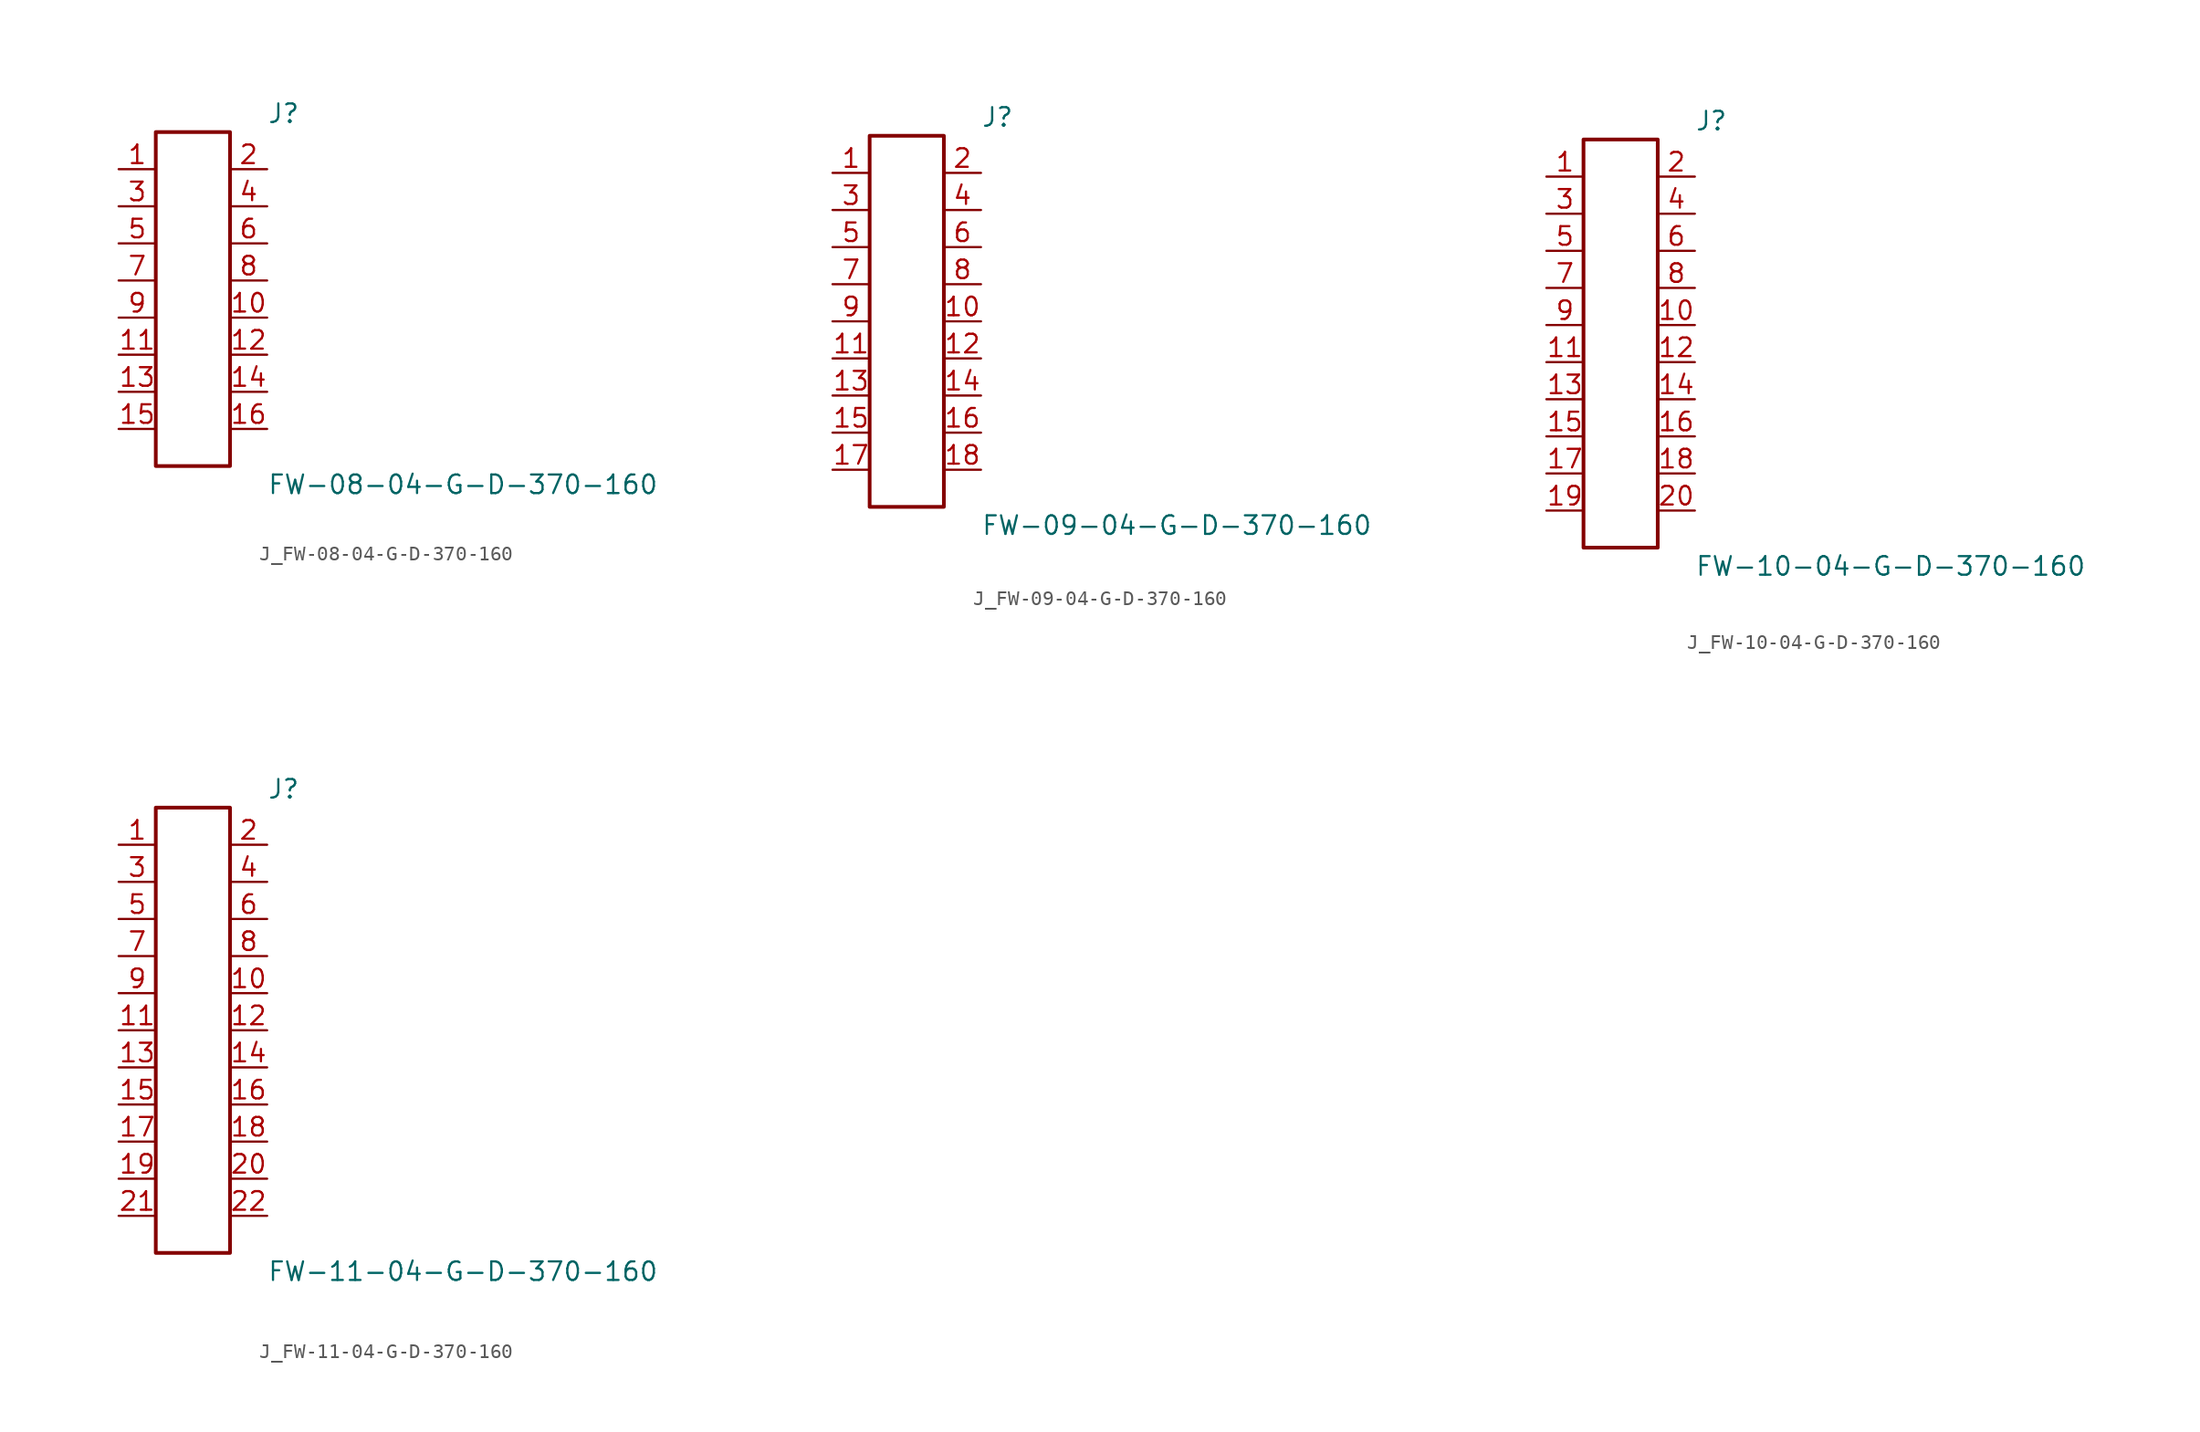
<source format=kicad_sym>
(kicad_symbol_lib
  (version 20231120)
  (generator kicad_symbol_editor)
  (generator_version 8.0)
  (symbol "J_FW-08-04-G-D-370-160"
    (pin_names
      (offset 0.254))
    (property "Reference" "J"
      (at 5.08 12.7 0)
      (effects (font (size 1.27 1.27)) (justify left)))
    (property "Value" "FW-08-04-G-D-370-160"
      (at 5.08 -12.7 0)
      (effects (font (size 1.27 1.27)) (justify left)))
    (symbol "J_FW-08-04-G-D-370-160_0_0"
      (pin unspecified line (at -5.08 8.89 0) (length 2.54) (name "" (effects (font (size 1.27 1.27)))) (number "1" (effects (font (size 1.27 1.27)))))
      (pin unspecified line (at 5.08 8.89 180) (length 2.54) (name "" (effects (font (size 1.27 1.27)))) (number "2" (effects (font (size 1.27 1.27)))))
      (pin unspecified line (at -5.08 6.35 0) (length 2.54) (name "" (effects (font (size 1.27 1.27)))) (number "3" (effects (font (size 1.27 1.27)))))
      (pin unspecified line (at 5.08 6.35 180) (length 2.54) (name "" (effects (font (size 1.27 1.27)))) (number "4" (effects (font (size 1.27 1.27)))))
      (pin unspecified line (at -5.08 3.81 0) (length 2.54) (name "" (effects (font (size 1.27 1.27)))) (number "5" (effects (font (size 1.27 1.27)))))
      (pin unspecified line (at 5.08 3.81 180) (length 2.54) (name "" (effects (font (size 1.27 1.27)))) (number "6" (effects (font (size 1.27 1.27)))))
      (pin unspecified line (at -5.08 1.27 0) (length 2.54) (name "" (effects (font (size 1.27 1.27)))) (number "7" (effects (font (size 1.27 1.27)))))
      (pin unspecified line (at 5.08 1.27 180) (length 2.54) (name "" (effects (font (size 1.27 1.27)))) (number "8" (effects (font (size 1.27 1.27)))))
      (pin unspecified line (at -5.08 -1.27 0) (length 2.54) (name "" (effects (font (size 1.27 1.27)))) (number "9" (effects (font (size 1.27 1.27)))))
      (pin unspecified line (at 5.08 -1.27 180) (length 2.54) (name "" (effects (font (size 1.27 1.27)))) (number "10" (effects (font (size 1.27 1.27)))))
      (pin unspecified line (at -5.08 -3.81 0) (length 2.54) (name "" (effects (font (size 1.27 1.27)))) (number "11" (effects (font (size 1.27 1.27)))))
      (pin unspecified line (at 5.08 -3.81 180) (length 2.54) (name "" (effects (font (size 1.27 1.27)))) (number "12" (effects (font (size 1.27 1.27)))))
      (pin unspecified line (at -5.08 -6.35 0) (length 2.54) (name "" (effects (font (size 1.27 1.27)))) (number "13" (effects (font (size 1.27 1.27)))))
      (pin unspecified line (at 5.08 -6.35 180) (length 2.54) (name "" (effects (font (size 1.27 1.27)))) (number "14" (effects (font (size 1.27 1.27)))))
      (pin unspecified line (at -5.08 -8.89 0) (length 2.54) (name "" (effects (font (size 1.27 1.27)))) (number "15" (effects (font (size 1.27 1.27)))))
      (pin unspecified line (at 5.08 -8.89 180) (length 2.54) (name "" (effects (font (size 1.27 1.27)))) (number "16" (effects (font (size 1.27 1.27))))))
    (symbol "J_FW-08-04-G-D-370-160_1_0"
      (rectangle (start -2.54 11.43) (end 2.54 -11.43) (stroke (width 0.254) (type solid)) (fill (type none)))))
  (symbol "J_FW-09-04-G-D-370-160"
    (pin_names
      (offset 0.254))
    (property "Reference" "J"
      (at 5.08 13.97 0)
      (effects (font (size 1.27 1.27)) (justify left)))
    (property "Value" "FW-09-04-G-D-370-160"
      (at 5.08 -13.97 0)
      (effects (font (size 1.27 1.27)) (justify left)))
    (symbol "J_FW-09-04-G-D-370-160_0_0"
      (pin unspecified line (at -5.08 10.16 0) (length 2.54) (name "" (effects (font (size 1.27 1.27)))) (number "1" (effects (font (size 1.27 1.27)))))
      (pin unspecified line (at 5.08 10.16 180) (length 2.54) (name "" (effects (font (size 1.27 1.27)))) (number "2" (effects (font (size 1.27 1.27)))))
      (pin unspecified line (at -5.08 7.62 0) (length 2.54) (name "" (effects (font (size 1.27 1.27)))) (number "3" (effects (font (size 1.27 1.27)))))
      (pin unspecified line (at 5.08 7.62 180) (length 2.54) (name "" (effects (font (size 1.27 1.27)))) (number "4" (effects (font (size 1.27 1.27)))))
      (pin unspecified line (at -5.08 5.08 0) (length 2.54) (name "" (effects (font (size 1.27 1.27)))) (number "5" (effects (font (size 1.27 1.27)))))
      (pin unspecified line (at 5.08 5.08 180) (length 2.54) (name "" (effects (font (size 1.27 1.27)))) (number "6" (effects (font (size 1.27 1.27)))))
      (pin unspecified line (at -5.08 2.54 0) (length 2.54) (name "" (effects (font (size 1.27 1.27)))) (number "7" (effects (font (size 1.27 1.27)))))
      (pin unspecified line (at 5.08 2.54 180) (length 2.54) (name "" (effects (font (size 1.27 1.27)))) (number "8" (effects (font (size 1.27 1.27)))))
      (pin unspecified line (at -5.08 0.0 0) (length 2.54) (name "" (effects (font (size 1.27 1.27)))) (number "9" (effects (font (size 1.27 1.27)))))
      (pin unspecified line (at 5.08 0.0 180) (length 2.54) (name "" (effects (font (size 1.27 1.27)))) (number "10" (effects (font (size 1.27 1.27)))))
      (pin unspecified line (at -5.08 -2.54 0) (length 2.54) (name "" (effects (font (size 1.27 1.27)))) (number "11" (effects (font (size 1.27 1.27)))))
      (pin unspecified line (at 5.08 -2.54 180) (length 2.54) (name "" (effects (font (size 1.27 1.27)))) (number "12" (effects (font (size 1.27 1.27)))))
      (pin unspecified line (at -5.08 -5.08 0) (length 2.54) (name "" (effects (font (size 1.27 1.27)))) (number "13" (effects (font (size 1.27 1.27)))))
      (pin unspecified line (at 5.08 -5.08 180) (length 2.54) (name "" (effects (font (size 1.27 1.27)))) (number "14" (effects (font (size 1.27 1.27)))))
      (pin unspecified line (at -5.08 -7.62 0) (length 2.54) (name "" (effects (font (size 1.27 1.27)))) (number "15" (effects (font (size 1.27 1.27)))))
      (pin unspecified line (at 5.08 -7.62 180) (length 2.54) (name "" (effects (font (size 1.27 1.27)))) (number "16" (effects (font (size 1.27 1.27)))))
      (pin unspecified line (at -5.08 -10.16 0) (length 2.54) (name "" (effects (font (size 1.27 1.27)))) (number "17" (effects (font (size 1.27 1.27)))))
      (pin unspecified line (at 5.08 -10.16 180) (length 2.54) (name "" (effects (font (size 1.27 1.27)))) (number "18" (effects (font (size 1.27 1.27))))))
    (symbol "J_FW-09-04-G-D-370-160_1_0"
      (rectangle (start -2.54 12.7) (end 2.54 -12.7) (stroke (width 0.254) (type solid)) (fill (type none)))))
  (symbol "J_FW-10-04-G-D-370-160"
    (pin_names
      (offset 0.254))
    (property "Reference" "J"
      (at 5.08 15.24 0)
      (effects (font (size 1.27 1.27)) (justify left)))
    (property "Value" "FW-10-04-G-D-370-160"
      (at 5.08 -15.24 0)
      (effects (font (size 1.27 1.27)) (justify left)))
    (symbol "J_FW-10-04-G-D-370-160_0_0"
      (pin unspecified line (at -5.08 11.43 0) (length 2.54) (name "" (effects (font (size 1.27 1.27)))) (number "1" (effects (font (size 1.27 1.27)))))
      (pin unspecified line (at 5.08 11.43 180) (length 2.54) (name "" (effects (font (size 1.27 1.27)))) (number "2" (effects (font (size 1.27 1.27)))))
      (pin unspecified line (at -5.08 8.89 0) (length 2.54) (name "" (effects (font (size 1.27 1.27)))) (number "3" (effects (font (size 1.27 1.27)))))
      (pin unspecified line (at 5.08 8.89 180) (length 2.54) (name "" (effects (font (size 1.27 1.27)))) (number "4" (effects (font (size 1.27 1.27)))))
      (pin unspecified line (at -5.08 6.35 0) (length 2.54) (name "" (effects (font (size 1.27 1.27)))) (number "5" (effects (font (size 1.27 1.27)))))
      (pin unspecified line (at 5.08 6.35 180) (length 2.54) (name "" (effects (font (size 1.27 1.27)))) (number "6" (effects (font (size 1.27 1.27)))))
      (pin unspecified line (at -5.08 3.81 0) (length 2.54) (name "" (effects (font (size 1.27 1.27)))) (number "7" (effects (font (size 1.27 1.27)))))
      (pin unspecified line (at 5.08 3.81 180) (length 2.54) (name "" (effects (font (size 1.27 1.27)))) (number "8" (effects (font (size 1.27 1.27)))))
      (pin unspecified line (at -5.08 1.27 0) (length 2.54) (name "" (effects (font (size 1.27 1.27)))) (number "9" (effects (font (size 1.27 1.27)))))
      (pin unspecified line (at 5.08 1.27 180) (length 2.54) (name "" (effects (font (size 1.27 1.27)))) (number "10" (effects (font (size 1.27 1.27)))))
      (pin unspecified line (at -5.08 -1.27 0) (length 2.54) (name "" (effects (font (size 1.27 1.27)))) (number "11" (effects (font (size 1.27 1.27)))))
      (pin unspecified line (at 5.08 -1.27 180) (length 2.54) (name "" (effects (font (size 1.27 1.27)))) (number "12" (effects (font (size 1.27 1.27)))))
      (pin unspecified line (at -5.08 -3.81 0) (length 2.54) (name "" (effects (font (size 1.27 1.27)))) (number "13" (effects (font (size 1.27 1.27)))))
      (pin unspecified line (at 5.08 -3.81 180) (length 2.54) (name "" (effects (font (size 1.27 1.27)))) (number "14" (effects (font (size 1.27 1.27)))))
      (pin unspecified line (at -5.08 -6.35 0) (length 2.54) (name "" (effects (font (size 1.27 1.27)))) (number "15" (effects (font (size 1.27 1.27)))))
      (pin unspecified line (at 5.08 -6.35 180) (length 2.54) (name "" (effects (font (size 1.27 1.27)))) (number "16" (effects (font (size 1.27 1.27)))))
      (pin unspecified line (at -5.08 -8.89 0) (length 2.54) (name "" (effects (font (size 1.27 1.27)))) (number "17" (effects (font (size 1.27 1.27)))))
      (pin unspecified line (at 5.08 -8.89 180) (length 2.54) (name "" (effects (font (size 1.27 1.27)))) (number "18" (effects (font (size 1.27 1.27)))))
      (pin unspecified line (at -5.08 -11.43 0) (length 2.54) (name "" (effects (font (size 1.27 1.27)))) (number "19" (effects (font (size 1.27 1.27)))))
      (pin unspecified line (at 5.08 -11.43 180) (length 2.54) (name "" (effects (font (size 1.27 1.27)))) (number "20" (effects (font (size 1.27 1.27))))))
    (symbol "J_FW-10-04-G-D-370-160_1_0"
      (rectangle (start -2.54 13.97) (end 2.54 -13.97) (stroke (width 0.254) (type solid)) (fill (type none)))))
  (symbol "J_FW-11-04-G-D-370-160"
    (pin_names
      (offset 0.254))
    (property "Reference" "J"
      (at 5.08 16.51 0)
      (effects (font (size 1.27 1.27)) (justify left)))
    (property "Value" "FW-11-04-G-D-370-160"
      (at 5.08 -16.51 0)
      (effects (font (size 1.27 1.27)) (justify left)))
    (symbol "J_FW-11-04-G-D-370-160_0_0"
      (pin unspecified line (at -5.08 12.7 0) (length 2.54) (name "" (effects (font (size 1.27 1.27)))) (number "1" (effects (font (size 1.27 1.27)))))
      (pin unspecified line (at 5.08 12.7 180) (length 2.54) (name "" (effects (font (size 1.27 1.27)))) (number "2" (effects (font (size 1.27 1.27)))))
      (pin unspecified line (at -5.08 10.16 0) (length 2.54) (name "" (effects (font (size 1.27 1.27)))) (number "3" (effects (font (size 1.27 1.27)))))
      (pin unspecified line (at 5.08 10.16 180) (length 2.54) (name "" (effects (font (size 1.27 1.27)))) (number "4" (effects (font (size 1.27 1.27)))))
      (pin unspecified line (at -5.08 7.62 0) (length 2.54) (name "" (effects (font (size 1.27 1.27)))) (number "5" (effects (font (size 1.27 1.27)))))
      (pin unspecified line (at 5.08 7.62 180) (length 2.54) (name "" (effects (font (size 1.27 1.27)))) (number "6" (effects (font (size 1.27 1.27)))))
      (pin unspecified line (at -5.08 5.08 0) (length 2.54) (name "" (effects (font (size 1.27 1.27)))) (number "7" (effects (font (size 1.27 1.27)))))
      (pin unspecified line (at 5.08 5.08 180) (length 2.54) (name "" (effects (font (size 1.27 1.27)))) (number "8" (effects (font (size 1.27 1.27)))))
      (pin unspecified line (at -5.08 2.54 0) (length 2.54) (name "" (effects (font (size 1.27 1.27)))) (number "9" (effects (font (size 1.27 1.27)))))
      (pin unspecified line (at 5.08 2.54 180) (length 2.54) (name "" (effects (font (size 1.27 1.27)))) (number "10" (effects (font (size 1.27 1.27)))))
      (pin unspecified line (at -5.08 0.0 0) (length 2.54) (name "" (effects (font (size 1.27 1.27)))) (number "11" (effects (font (size 1.27 1.27)))))
      (pin unspecified line (at 5.08 0.0 180) (length 2.54) (name "" (effects (font (size 1.27 1.27)))) (number "12" (effects (font (size 1.27 1.27)))))
      (pin unspecified line (at -5.08 -2.54 0) (length 2.54) (name "" (effects (font (size 1.27 1.27)))) (number "13" (effects (font (size 1.27 1.27)))))
      (pin unspecified line (at 5.08 -2.54 180) (length 2.54) (name "" (effects (font (size 1.27 1.27)))) (number "14" (effects (font (size 1.27 1.27)))))
      (pin unspecified line (at -5.08 -5.08 0) (length 2.54) (name "" (effects (font (size 1.27 1.27)))) (number "15" (effects (font (size 1.27 1.27)))))
      (pin unspecified line (at 5.08 -5.08 180) (length 2.54) (name "" (effects (font (size 1.27 1.27)))) (number "16" (effects (font (size 1.27 1.27)))))
      (pin unspecified line (at -5.08 -7.62 0) (length 2.54) (name "" (effects (font (size 1.27 1.27)))) (number "17" (effects (font (size 1.27 1.27)))))
      (pin unspecified line (at 5.08 -7.62 180) (length 2.54) (name "" (effects (font (size 1.27 1.27)))) (number "18" (effects (font (size 1.27 1.27)))))
      (pin unspecified line (at -5.08 -10.16 0) (length 2.54) (name "" (effects (font (size 1.27 1.27)))) (number "19" (effects (font (size 1.27 1.27)))))
      (pin unspecified line (at 5.08 -10.16 180) (length 2.54) (name "" (effects (font (size 1.27 1.27)))) (number "20" (effects (font (size 1.27 1.27)))))
      (pin unspecified line (at -5.08 -12.7 0) (length 2.54) (name "" (effects (font (size 1.27 1.27)))) (number "21" (effects (font (size 1.27 1.27)))))
      (pin unspecified line (at 5.08 -12.7 180) (length 2.54) (name "" (effects (font (size 1.27 1.27)))) (number "22" (effects (font (size 1.27 1.27))))))
    (symbol "J_FW-11-04-G-D-370-160_1_0"
      (rectangle (start -2.54 15.24) (end 2.54 -15.24) (stroke (width 0.254) (type solid)) (fill (type none))))))
</source>
